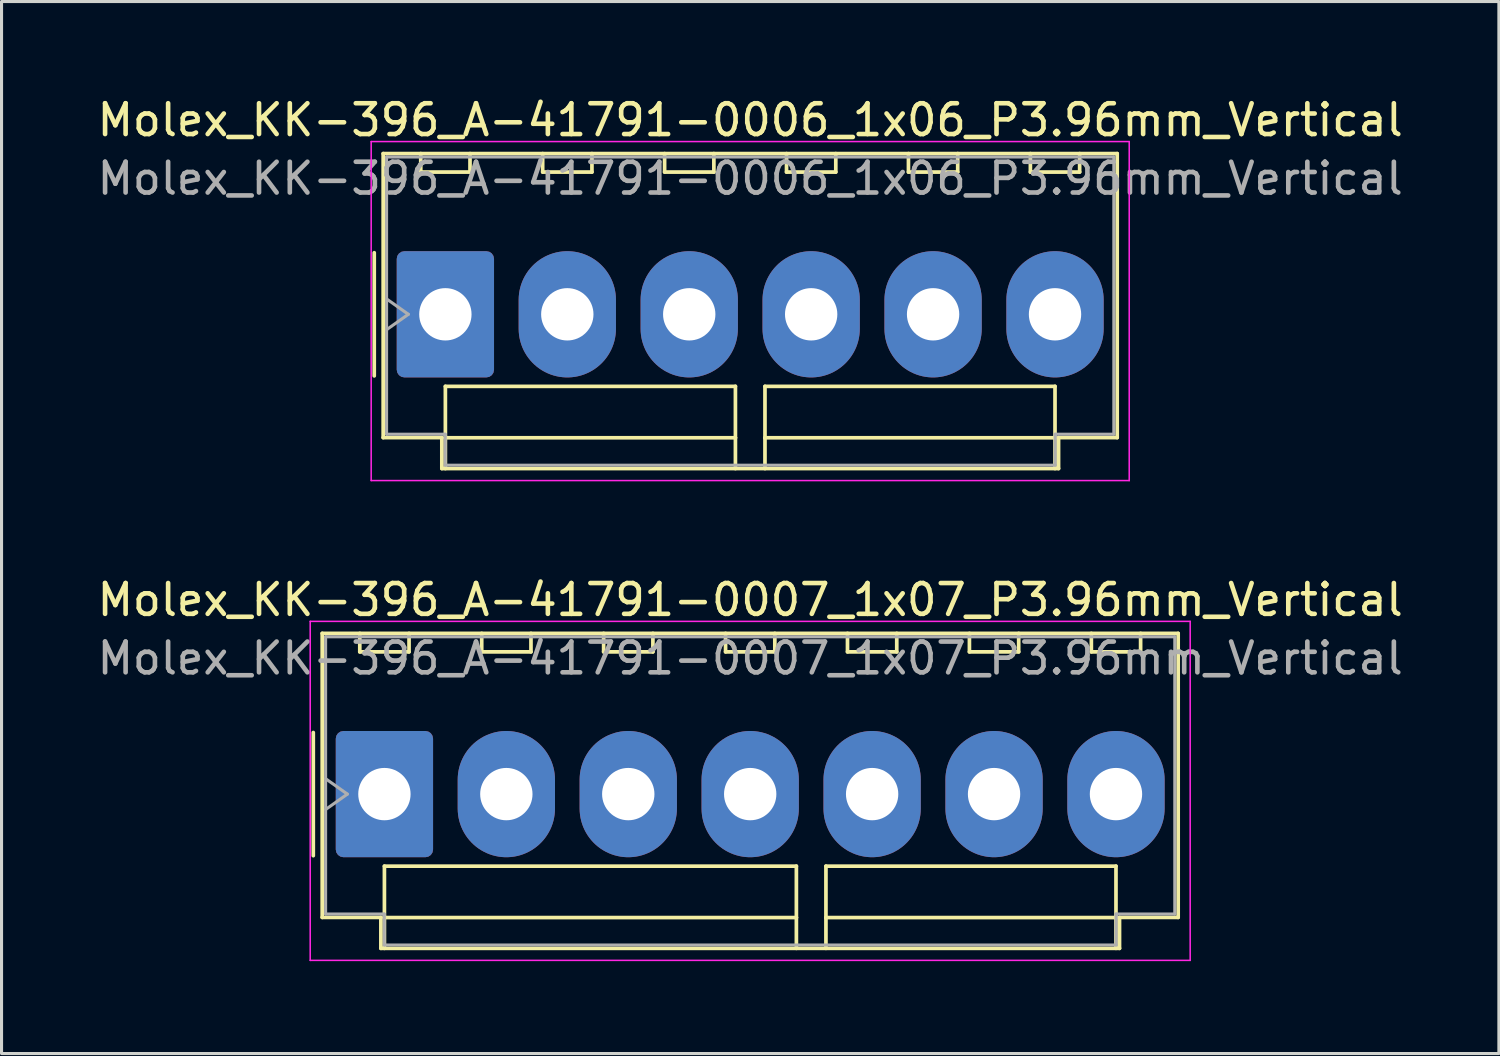
<source format=kicad_pcb>
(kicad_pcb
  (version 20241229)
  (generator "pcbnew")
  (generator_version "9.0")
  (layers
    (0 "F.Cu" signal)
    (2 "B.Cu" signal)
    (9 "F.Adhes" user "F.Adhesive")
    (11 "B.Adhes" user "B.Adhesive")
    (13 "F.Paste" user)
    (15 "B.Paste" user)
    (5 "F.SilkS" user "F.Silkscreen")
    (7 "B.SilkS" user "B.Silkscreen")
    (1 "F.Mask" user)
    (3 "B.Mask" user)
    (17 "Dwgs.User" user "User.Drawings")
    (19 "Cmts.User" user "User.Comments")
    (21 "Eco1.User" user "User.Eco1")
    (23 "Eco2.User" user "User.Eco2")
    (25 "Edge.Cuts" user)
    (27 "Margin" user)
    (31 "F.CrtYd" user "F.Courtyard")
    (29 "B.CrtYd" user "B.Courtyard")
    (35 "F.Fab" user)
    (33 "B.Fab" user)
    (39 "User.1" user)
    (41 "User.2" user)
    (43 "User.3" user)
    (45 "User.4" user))
  (footprint "Molex_KK-396_A-41791-0006_1x06_P3.96mm_Vertical"
    (layer "F.Cu")
    (at 11.415 7.158)
    (property "Reference" "Molex_KK-396_A-41791-0006_1x06_P3.96mm_Vertical" (at 9.9 -6.31 0) (layer "F.SilkS") (effects (font (size 1 1) (thickness 0.15))))
    (attr through_hole)
    (fp_line (start -2.31 -2) (end -2.31 2) (stroke (width 0.12) (type solid)) (layer "F.SilkS"))
    (fp_line (start -2.02 -5.22) (end 21.82 -5.22) (stroke (width 0.12) (type solid)) (layer "F.SilkS"))
    (fp_line (start -2.02 4.005) (end -2.02 -5.22) (stroke (width 0.12) (type solid)) (layer "F.SilkS"))
    (fp_line (start -0.8 -5.22) (end -0.8 -4.62) (stroke (width 0.12) (type solid)) (layer "F.SilkS"))
    (fp_line (start -0.8 -4.62) (end 0.8 -4.62) (stroke (width 0.12) (type solid)) (layer "F.SilkS"))
    (fp_line (start -0.115 4.005) (end -2.02 4.005) (stroke (width 0.12) (type solid)) (layer "F.SilkS"))
    (fp_line (start -0.115 5.01) (end -0.115 4.005) (stroke (width 0.12) (type solid)) (layer "F.SilkS"))
    (fp_line (start 0 2.34) (end 9.42 2.34) (stroke (width 0.12) (type solid)) (layer "F.SilkS"))
    (fp_line (start 0 4.01) (end 0 2.34) (stroke (width 0.12) (type solid)) (layer "F.SilkS"))
    (fp_line (start 0 4.01) (end 9.42 4.01) (stroke (width 0.12) (type solid)) (layer "F.SilkS"))
    (fp_line (start 0 5.01) (end 0 4.01) (stroke (width 0.12) (type solid)) (layer "F.SilkS"))
    (fp_line (start 0.8 -4.62) (end 0.8 -5.22) (stroke (width 0.12) (type solid)) (layer "F.SilkS"))
    (fp_line (start 3.16 -5.22) (end 3.16 -4.62) (stroke (width 0.12) (type solid)) (layer "F.SilkS"))
    (fp_line (start 3.16 -4.62) (end 4.76 -4.62) (stroke (width 0.12) (type solid)) (layer "F.SilkS"))
    (fp_line (start 4.76 -4.62) (end 4.76 -5.22) (stroke (width 0.12) (type solid)) (layer "F.SilkS"))
    (fp_line (start 7.12 -5.22) (end 7.12 -4.62) (stroke (width 0.12) (type solid)) (layer "F.SilkS"))
    (fp_line (start 7.12 -4.62) (end 8.72 -4.62) (stroke (width 0.12) (type solid)) (layer "F.SilkS"))
    (fp_line (start 8.72 -4.62) (end 8.72 -5.22) (stroke (width 0.12) (type solid)) (layer "F.SilkS"))
    (fp_line (start 9.42 2.34) (end 9.42 4.01) (stroke (width 0.12) (type solid)) (layer "F.SilkS"))
    (fp_line (start 9.42 4.01) (end 9.42 5.01) (stroke (width 0.12) (type solid)) (layer "F.SilkS"))
    (fp_line (start 10.38 2.34) (end 19.8 2.34) (stroke (width 0.12) (type solid)) (layer "F.SilkS"))
    (fp_line (start 10.38 4.01) (end 10.38 2.34) (stroke (width 0.12) (type solid)) (layer "F.SilkS"))
    (fp_line (start 10.38 4.01) (end 19.8 4.01) (stroke (width 0.12) (type solid)) (layer "F.SilkS"))
    (fp_line (start 10.38 5.01) (end 10.38 4.01) (stroke (width 0.12) (type solid)) (layer "F.SilkS"))
    (fp_line (start 11.08 -5.22) (end 11.08 -4.62) (stroke (width 0.12) (type solid)) (layer "F.SilkS"))
    (fp_line (start 11.08 -4.62) (end 12.68 -4.62) (stroke (width 0.12) (type solid)) (layer "F.SilkS"))
    (fp_line (start 12.68 -4.62) (end 12.68 -5.22) (stroke (width 0.12) (type solid)) (layer "F.SilkS"))
    (fp_line (start 15.04 -5.22) (end 15.04 -4.62) (stroke (width 0.12) (type solid)) (layer "F.SilkS"))
    (fp_line (start 15.04 -4.62) (end 16.64 -4.62) (stroke (width 0.12) (type solid)) (layer "F.SilkS"))
    (fp_line (start 16.64 -4.62) (end 16.64 -5.22) (stroke (width 0.12) (type solid)) (layer "F.SilkS"))
    (fp_line (start 19 -5.22) (end 19 -4.62) (stroke (width 0.12) (type solid)) (layer "F.SilkS"))
    (fp_line (start 19 -4.62) (end 20.6 -4.62) (stroke (width 0.12) (type solid)) (layer "F.SilkS"))
    (fp_line (start 19.8 2.34) (end 19.8 4.01) (stroke (width 0.12) (type solid)) (layer "F.SilkS"))
    (fp_line (start 19.8 4.01) (end 19.8 5.01) (stroke (width 0.12) (type solid)) (layer "F.SilkS"))
    (fp_line (start 19.915 4.005) (end 19.915 5.01) (stroke (width 0.12) (type solid)) (layer "F.SilkS"))
    (fp_line (start 19.915 5.01) (end -0.115 5.01) (stroke (width 0.12) (type solid)) (layer "F.SilkS"))
    (fp_line (start 20.6 -4.62) (end 20.6 -5.22) (stroke (width 0.12) (type solid)) (layer "F.SilkS"))
    (fp_line (start 21.82 -5.22) (end 21.82 4.005) (stroke (width 0.12) (type solid)) (layer "F.SilkS"))
    (fp_line (start 21.82 4.005) (end 19.915 4.005) (stroke (width 0.12) (type solid)) (layer "F.SilkS"))
    (fp_line (start -2.41 -5.61) (end -2.41 5.4) (stroke (width 0.05) (type solid)) (layer "F.CrtYd"))
    (fp_line (start -2.41 5.4) (end 22.21 5.4) (stroke (width 0.05) (type solid)) (layer "F.CrtYd"))
    (fp_line (start 22.21 -5.61) (end -2.41 -5.61) (stroke (width 0.05) (type solid)) (layer "F.CrtYd"))
    (fp_line (start 22.21 5.4) (end 22.21 -5.61) (stroke (width 0.05) (type solid)) (layer "F.CrtYd"))
    (fp_line (start -1.91 -5.11) (end 21.71 -5.11) (stroke (width 0.1) (type solid)) (layer "F.Fab"))
    (fp_line (start -1.91 -0.5) (end -1.203 0) (stroke (width 0.1) (type solid)) (layer "F.Fab"))
    (fp_line (start -1.91 3.895) (end -1.91 -5.11) (stroke (width 0.1) (type solid)) (layer "F.Fab"))
    (fp_line (start -1.203 0) (end -1.91 0.5) (stroke (width 0.1) (type solid)) (layer "F.Fab"))
    (fp_line (start -0.005 3.895) (end -1.91 3.895) (stroke (width 0.1) (type solid)) (layer "F.Fab"))
    (fp_line (start -0.005 4.9) (end -0.005 3.895) (stroke (width 0.1) (type solid)) (layer "F.Fab"))
    (fp_line (start 19.805 3.895) (end 19.805 4.9) (stroke (width 0.1) (type solid)) (layer "F.Fab"))
    (fp_line (start 19.805 4.9) (end -0.005 4.9) (stroke (width 0.1) (type solid)) (layer "F.Fab"))
    (fp_line (start 21.71 -5.11) (end 21.71 3.895) (stroke (width 0.1) (type solid)) (layer "F.Fab"))
    (fp_line (start 21.71 3.895) (end 19.805 3.895) (stroke (width 0.1) (type solid)) (layer "F.Fab"))
    (fp_text user "${REFERENCE}" (at 9.9 -4.41 0) (layer "F.Fab") (effects (font (size 1 1) (thickness 0.15))))
    (pad "1" thru_hole roundrect (at 0 0) (size 3.16 4.1) (drill 1.7) (layers "*.Cu" "*.Mask") (roundrect_rratio 0.079))
    (pad "2" thru_hole oval (at 3.96 0) (size 3.16 4.1) (drill 1.7) (layers "*.Cu" "*.Mask"))
    (pad "3" thru_hole oval (at 7.92 0) (size 3.16 4.1) (drill 1.7) (layers "*.Cu" "*.Mask"))
    (pad "4" thru_hole oval (at 11.88 0) (size 3.16 4.1) (drill 1.7) (layers "*.Cu" "*.Mask"))
    (pad "5" thru_hole oval (at 15.84 0) (size 3.16 4.1) (drill 1.7) (layers "*.Cu" "*.Mask"))
    (pad "6" thru_hole oval (at 19.8 0) (size 3.16 4.1) (drill 1.7) (layers "*.Cu" "*.Mask")))
  (footprint "Molex_KK-396_A-41791-0007_1x07_P3.96mm_Vertical"
    (layer "F.Cu")
    (at 9.435 22.741)
    (property "Reference" "Molex_KK-396_A-41791-0007_1x07_P3.96mm_Vertical" (at 11.88 -6.31 0) (layer "F.SilkS") (effects (font (size 1 1) (thickness 0.15))))
    (attr through_hole)
    (fp_line (start -2.31 -2) (end -2.31 2) (stroke (width 0.12) (type solid)) (layer "F.SilkS"))
    (fp_line (start -2.02 -5.22) (end 25.78 -5.22) (stroke (width 0.12) (type solid)) (layer "F.SilkS"))
    (fp_line (start -2.02 4.005) (end -2.02 -5.22) (stroke (width 0.12) (type solid)) (layer "F.SilkS"))
    (fp_line (start -0.8 -5.22) (end -0.8 -4.62) (stroke (width 0.12) (type solid)) (layer "F.SilkS"))
    (fp_line (start -0.8 -4.62) (end 0.8 -4.62) (stroke (width 0.12) (type solid)) (layer "F.SilkS"))
    (fp_line (start -0.115 4.005) (end -2.02 4.005) (stroke (width 0.12) (type solid)) (layer "F.SilkS"))
    (fp_line (start -0.115 5.01) (end -0.115 4.005) (stroke (width 0.12) (type solid)) (layer "F.SilkS"))
    (fp_line (start 0 2.34) (end 13.38 2.34) (stroke (width 0.12) (type solid)) (layer "F.SilkS"))
    (fp_line (start 0 4.01) (end 0 2.34) (stroke (width 0.12) (type solid)) (layer "F.SilkS"))
    (fp_line (start 0 4.01) (end 13.38 4.01) (stroke (width 0.12) (type solid)) (layer "F.SilkS"))
    (fp_line (start 0 5.01) (end 0 4.01) (stroke (width 0.12) (type solid)) (layer "F.SilkS"))
    (fp_line (start 0.8 -4.62) (end 0.8 -5.22) (stroke (width 0.12) (type solid)) (layer "F.SilkS"))
    (fp_line (start 3.16 -5.22) (end 3.16 -4.62) (stroke (width 0.12) (type solid)) (layer "F.SilkS"))
    (fp_line (start 3.16 -4.62) (end 4.76 -4.62) (stroke (width 0.12) (type solid)) (layer "F.SilkS"))
    (fp_line (start 4.76 -4.62) (end 4.76 -5.22) (stroke (width 0.12) (type solid)) (layer "F.SilkS"))
    (fp_line (start 7.12 -5.22) (end 7.12 -4.62) (stroke (width 0.12) (type solid)) (layer "F.SilkS"))
    (fp_line (start 7.12 -4.62) (end 8.72 -4.62) (stroke (width 0.12) (type solid)) (layer "F.SilkS"))
    (fp_line (start 8.72 -4.62) (end 8.72 -5.22) (stroke (width 0.12) (type solid)) (layer "F.SilkS"))
    (fp_line (start 11.08 -5.22) (end 11.08 -4.62) (stroke (width 0.12) (type solid)) (layer "F.SilkS"))
    (fp_line (start 11.08 -4.62) (end 12.68 -4.62) (stroke (width 0.12) (type solid)) (layer "F.SilkS"))
    (fp_line (start 12.68 -4.62) (end 12.68 -5.22) (stroke (width 0.12) (type solid)) (layer "F.SilkS"))
    (fp_line (start 13.38 2.34) (end 13.38 4.01) (stroke (width 0.12) (type solid)) (layer "F.SilkS"))
    (fp_line (start 13.38 4.01) (end 13.38 5.01) (stroke (width 0.12) (type solid)) (layer "F.SilkS"))
    (fp_line (start 14.34 2.34) (end 23.76 2.34) (stroke (width 0.12) (type solid)) (layer "F.SilkS"))
    (fp_line (start 14.34 4.01) (end 14.34 2.34) (stroke (width 0.12) (type solid)) (layer "F.SilkS"))
    (fp_line (start 14.34 4.01) (end 23.76 4.01) (stroke (width 0.12) (type solid)) (layer "F.SilkS"))
    (fp_line (start 14.34 5.01) (end 14.34 4.01) (stroke (width 0.12) (type solid)) (layer "F.SilkS"))
    (fp_line (start 15.04 -5.22) (end 15.04 -4.62) (stroke (width 0.12) (type solid)) (layer "F.SilkS"))
    (fp_line (start 15.04 -4.62) (end 16.64 -4.62) (stroke (width 0.12) (type solid)) (layer "F.SilkS"))
    (fp_line (start 16.64 -4.62) (end 16.64 -5.22) (stroke (width 0.12) (type solid)) (layer "F.SilkS"))
    (fp_line (start 19 -5.22) (end 19 -4.62) (stroke (width 0.12) (type solid)) (layer "F.SilkS"))
    (fp_line (start 19 -4.62) (end 20.6 -4.62) (stroke (width 0.12) (type solid)) (layer "F.SilkS"))
    (fp_line (start 20.6 -4.62) (end 20.6 -5.22) (stroke (width 0.12) (type solid)) (layer "F.SilkS"))
    (fp_line (start 22.96 -5.22) (end 22.96 -4.62) (stroke (width 0.12) (type solid)) (layer "F.SilkS"))
    (fp_line (start 22.96 -4.62) (end 24.56 -4.62) (stroke (width 0.12) (type solid)) (layer "F.SilkS"))
    (fp_line (start 23.76 2.34) (end 23.76 4.01) (stroke (width 0.12) (type solid)) (layer "F.SilkS"))
    (fp_line (start 23.76 4.01) (end 23.76 5.01) (stroke (width 0.12) (type solid)) (layer "F.SilkS"))
    (fp_line (start 23.875 4.005) (end 23.875 5.01) (stroke (width 0.12) (type solid)) (layer "F.SilkS"))
    (fp_line (start 23.875 5.01) (end -0.115 5.01) (stroke (width 0.12) (type solid)) (layer "F.SilkS"))
    (fp_line (start 24.56 -4.62) (end 24.56 -5.22) (stroke (width 0.12) (type solid)) (layer "F.SilkS"))
    (fp_line (start 25.78 -5.22) (end 25.78 4.005) (stroke (width 0.12) (type solid)) (layer "F.SilkS"))
    (fp_line (start 25.78 4.005) (end 23.875 4.005) (stroke (width 0.12) (type solid)) (layer "F.SilkS"))
    (fp_line (start -2.41 -5.61) (end -2.41 5.4) (stroke (width 0.05) (type solid)) (layer "F.CrtYd"))
    (fp_line (start -2.41 5.4) (end 26.17 5.4) (stroke (width 0.05) (type solid)) (layer "F.CrtYd"))
    (fp_line (start 26.17 -5.61) (end -2.41 -5.61) (stroke (width 0.05) (type solid)) (layer "F.CrtYd"))
    (fp_line (start 26.17 5.4) (end 26.17 -5.61) (stroke (width 0.05) (type solid)) (layer "F.CrtYd"))
    (fp_line (start -1.91 -5.11) (end 25.67 -5.11) (stroke (width 0.1) (type solid)) (layer "F.Fab"))
    (fp_line (start -1.91 -0.5) (end -1.203 0) (stroke (width 0.1) (type solid)) (layer "F.Fab"))
    (fp_line (start -1.91 3.895) (end -1.91 -5.11) (stroke (width 0.1) (type solid)) (layer "F.Fab"))
    (fp_line (start -1.203 0) (end -1.91 0.5) (stroke (width 0.1) (type solid)) (layer "F.Fab"))
    (fp_line (start -0.005 3.895) (end -1.91 3.895) (stroke (width 0.1) (type solid)) (layer "F.Fab"))
    (fp_line (start -0.005 4.9) (end -0.005 3.895) (stroke (width 0.1) (type solid)) (layer "F.Fab"))
    (fp_line (start 23.765 3.895) (end 23.765 4.9) (stroke (width 0.1) (type solid)) (layer "F.Fab"))
    (fp_line (start 23.765 4.9) (end -0.005 4.9) (stroke (width 0.1) (type solid)) (layer "F.Fab"))
    (fp_line (start 25.67 -5.11) (end 25.67 3.895) (stroke (width 0.1) (type solid)) (layer "F.Fab"))
    (fp_line (start 25.67 3.895) (end 23.765 3.895) (stroke (width 0.1) (type solid)) (layer "F.Fab"))
    (fp_text user "${REFERENCE}" (at 11.88 -4.41 0) (layer "F.Fab") (effects (font (size 1 1) (thickness 0.15))))
    (pad "1" thru_hole roundrect (at 0 0) (size 3.16 4.1) (drill 1.7) (layers "*.Cu" "*.Mask") (roundrect_rratio 0.079))
    (pad "2" thru_hole oval (at 3.96 0) (size 3.16 4.1) (drill 1.7) (layers "*.Cu" "*.Mask"))
    (pad "3" thru_hole oval (at 7.92 0) (size 3.16 4.1) (drill 1.7) (layers "*.Cu" "*.Mask"))
    (pad "4" thru_hole oval (at 11.88 0) (size 3.16 4.1) (drill 1.7) (layers "*.Cu" "*.Mask"))
    (pad "5" thru_hole oval (at 15.84 0) (size 3.16 4.1) (drill 1.7) (layers "*.Cu" "*.Mask"))
    (pad "6" thru_hole oval (at 19.8 0) (size 3.16 4.1) (drill 1.7) (layers "*.Cu" "*.Mask"))
    (pad "7" thru_hole oval (at 23.76 0) (size 3.16 4.1) (drill 1.7) (layers "*.Cu" "*.Mask")))
  (gr_rect
    (start -3 -3)
    (end 45.631 31.166)
    (stroke (width 0.1) (type default))
    (fill no)
    (layer "Edge.Cuts")))
</source>
